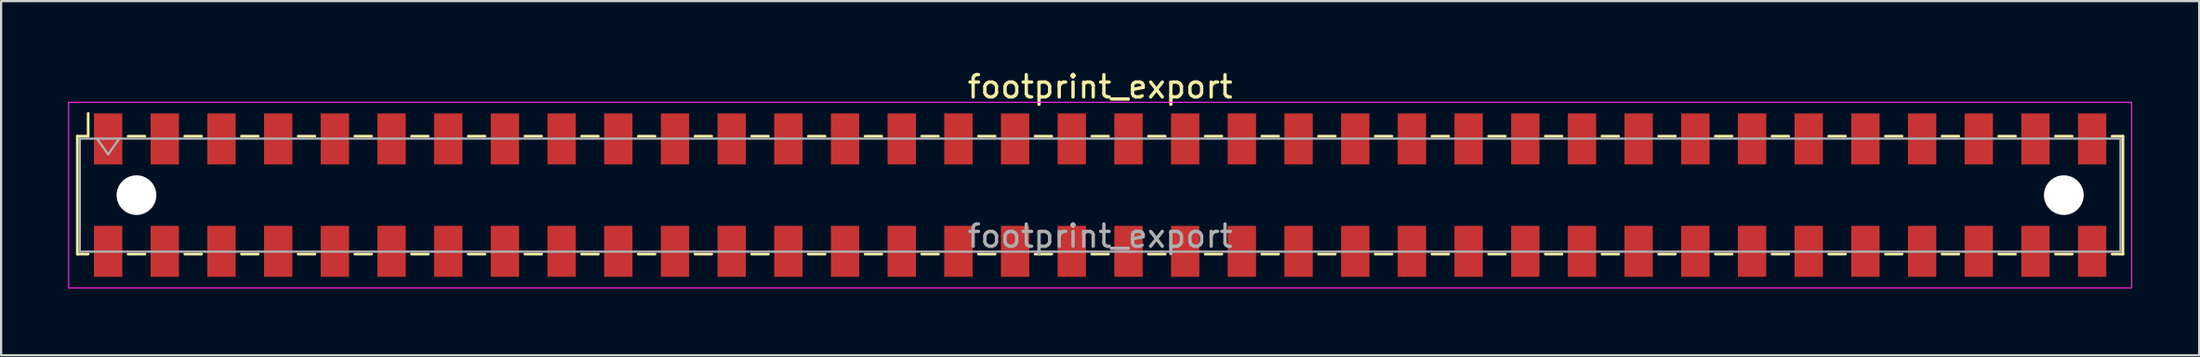
<source format=kicad_pcb>
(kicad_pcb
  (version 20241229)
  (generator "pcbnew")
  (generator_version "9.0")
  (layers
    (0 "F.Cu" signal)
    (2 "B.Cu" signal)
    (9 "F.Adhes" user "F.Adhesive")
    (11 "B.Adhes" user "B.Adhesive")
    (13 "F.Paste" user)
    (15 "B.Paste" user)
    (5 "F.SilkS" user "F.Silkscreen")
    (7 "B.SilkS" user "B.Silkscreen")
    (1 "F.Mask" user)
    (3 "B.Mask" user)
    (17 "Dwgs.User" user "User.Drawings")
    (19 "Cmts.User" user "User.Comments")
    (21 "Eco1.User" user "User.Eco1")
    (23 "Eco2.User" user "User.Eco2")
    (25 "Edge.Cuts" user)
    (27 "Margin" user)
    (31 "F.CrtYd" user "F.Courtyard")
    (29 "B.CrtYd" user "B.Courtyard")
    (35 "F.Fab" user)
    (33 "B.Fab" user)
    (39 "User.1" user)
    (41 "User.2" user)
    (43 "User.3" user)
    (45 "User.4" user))
  (footprint "footprint_export"
    (layer "F.Cu")
    (at 46.245 5.718)
    (property "Reference" "footprint_export" (at 0 -4.87 0) (layer "F.SilkS") (effects (font (size 1 1) (thickness 0.15))))
    (attr smd)
    (fp_line (start -45.83 -2.65) (end -45.83 2.65) (stroke (width 0.12) (type solid)) (layer "F.SilkS"))
    (fp_line (start -45.83 2.65) (end -45.345 2.65) (stroke (width 0.12) (type solid)) (layer "F.SilkS"))
    (fp_line (start -45.345 -3.67) (end -45.345 -2.65) (stroke (width 0.12) (type solid)) (layer "F.SilkS"))
    (fp_line (start -45.345 -2.65) (end -45.83 -2.65) (stroke (width 0.12) (type solid)) (layer "F.SilkS"))
    (fp_line (start -43.555 -2.65) (end -42.805 -2.65) (stroke (width 0.12) (type solid)) (layer "F.SilkS"))
    (fp_line (start -43.555 2.65) (end -42.805 2.65) (stroke (width 0.12) (type solid)) (layer "F.SilkS"))
    (fp_line (start -41.015 -2.65) (end -40.265 -2.65) (stroke (width 0.12) (type solid)) (layer "F.SilkS"))
    (fp_line (start -41.015 2.65) (end -40.265 2.65) (stroke (width 0.12) (type solid)) (layer "F.SilkS"))
    (fp_line (start -38.475 -2.65) (end -37.725 -2.65) (stroke (width 0.12) (type solid)) (layer "F.SilkS"))
    (fp_line (start -38.475 2.65) (end -37.725 2.65) (stroke (width 0.12) (type solid)) (layer "F.SilkS"))
    (fp_line (start -35.935 -2.65) (end -35.185 -2.65) (stroke (width 0.12) (type solid)) (layer "F.SilkS"))
    (fp_line (start -35.935 2.65) (end -35.185 2.65) (stroke (width 0.12) (type solid)) (layer "F.SilkS"))
    (fp_line (start -33.395 -2.65) (end -32.645 -2.65) (stroke (width 0.12) (type solid)) (layer "F.SilkS"))
    (fp_line (start -33.395 2.65) (end -32.645 2.65) (stroke (width 0.12) (type solid)) (layer "F.SilkS"))
    (fp_line (start -30.855 -2.65) (end -30.105 -2.65) (stroke (width 0.12) (type solid)) (layer "F.SilkS"))
    (fp_line (start -30.855 2.65) (end -30.105 2.65) (stroke (width 0.12) (type solid)) (layer "F.SilkS"))
    (fp_line (start -28.315 -2.65) (end -27.565 -2.65) (stroke (width 0.12) (type solid)) (layer "F.SilkS"))
    (fp_line (start -28.315 2.65) (end -27.565 2.65) (stroke (width 0.12) (type solid)) (layer "F.SilkS"))
    (fp_line (start -25.775 -2.65) (end -25.025 -2.65) (stroke (width 0.12) (type solid)) (layer "F.SilkS"))
    (fp_line (start -25.775 2.65) (end -25.025 2.65) (stroke (width 0.12) (type solid)) (layer "F.SilkS"))
    (fp_line (start -23.235 -2.65) (end -22.485 -2.65) (stroke (width 0.12) (type solid)) (layer "F.SilkS"))
    (fp_line (start -23.235 2.65) (end -22.485 2.65) (stroke (width 0.12) (type solid)) (layer "F.SilkS"))
    (fp_line (start -20.695 -2.65) (end -19.945 -2.65) (stroke (width 0.12) (type solid)) (layer "F.SilkS"))
    (fp_line (start -20.695 2.65) (end -19.945 2.65) (stroke (width 0.12) (type solid)) (layer "F.SilkS"))
    (fp_line (start -18.155 -2.65) (end -17.405 -2.65) (stroke (width 0.12) (type solid)) (layer "F.SilkS"))
    (fp_line (start -18.155 2.65) (end -17.405 2.65) (stroke (width 0.12) (type solid)) (layer "F.SilkS"))
    (fp_line (start -15.615 -2.65) (end -14.865 -2.65) (stroke (width 0.12) (type solid)) (layer "F.SilkS"))
    (fp_line (start -15.615 2.65) (end -14.865 2.65) (stroke (width 0.12) (type solid)) (layer "F.SilkS"))
    (fp_line (start -13.075 -2.65) (end -12.325 -2.65) (stroke (width 0.12) (type solid)) (layer "F.SilkS"))
    (fp_line (start -13.075 2.65) (end -12.325 2.65) (stroke (width 0.12) (type solid)) (layer "F.SilkS"))
    (fp_line (start -10.535 -2.65) (end -9.785 -2.65) (stroke (width 0.12) (type solid)) (layer "F.SilkS"))
    (fp_line (start -10.535 2.65) (end -9.785 2.65) (stroke (width 0.12) (type solid)) (layer "F.SilkS"))
    (fp_line (start -7.995 -2.65) (end -7.245 -2.65) (stroke (width 0.12) (type solid)) (layer "F.SilkS"))
    (fp_line (start -7.995 2.65) (end -7.245 2.65) (stroke (width 0.12) (type solid)) (layer "F.SilkS"))
    (fp_line (start -5.455 -2.65) (end -4.705 -2.65) (stroke (width 0.12) (type solid)) (layer "F.SilkS"))
    (fp_line (start -5.455 2.65) (end -4.705 2.65) (stroke (width 0.12) (type solid)) (layer "F.SilkS"))
    (fp_line (start -2.915 -2.65) (end -2.165 -2.65) (stroke (width 0.12) (type solid)) (layer "F.SilkS"))
    (fp_line (start -2.915 2.65) (end -2.165 2.65) (stroke (width 0.12) (type solid)) (layer "F.SilkS"))
    (fp_line (start -0.375 -2.65) (end 0.375 -2.65) (stroke (width 0.12) (type solid)) (layer "F.SilkS"))
    (fp_line (start -0.375 2.65) (end 0.375 2.65) (stroke (width 0.12) (type solid)) (layer "F.SilkS"))
    (fp_line (start 2.165 -2.65) (end 2.915 -2.65) (stroke (width 0.12) (type solid)) (layer "F.SilkS"))
    (fp_line (start 2.165 2.65) (end 2.915 2.65) (stroke (width 0.12) (type solid)) (layer "F.SilkS"))
    (fp_line (start 4.705 -2.65) (end 5.455 -2.65) (stroke (width 0.12) (type solid)) (layer "F.SilkS"))
    (fp_line (start 4.705 2.65) (end 5.455 2.65) (stroke (width 0.12) (type solid)) (layer "F.SilkS"))
    (fp_line (start 7.245 -2.65) (end 7.995 -2.65) (stroke (width 0.12) (type solid)) (layer "F.SilkS"))
    (fp_line (start 7.245 2.65) (end 7.995 2.65) (stroke (width 0.12) (type solid)) (layer "F.SilkS"))
    (fp_line (start 9.785 -2.65) (end 10.535 -2.65) (stroke (width 0.12) (type solid)) (layer "F.SilkS"))
    (fp_line (start 9.785 2.65) (end 10.535 2.65) (stroke (width 0.12) (type solid)) (layer "F.SilkS"))
    (fp_line (start 12.325 -2.65) (end 13.075 -2.65) (stroke (width 0.12) (type solid)) (layer "F.SilkS"))
    (fp_line (start 12.325 2.65) (end 13.075 2.65) (stroke (width 0.12) (type solid)) (layer "F.SilkS"))
    (fp_line (start 14.865 -2.65) (end 15.615 -2.65) (stroke (width 0.12) (type solid)) (layer "F.SilkS"))
    (fp_line (start 14.865 2.65) (end 15.615 2.65) (stroke (width 0.12) (type solid)) (layer "F.SilkS"))
    (fp_line (start 17.405 -2.65) (end 18.155 -2.65) (stroke (width 0.12) (type solid)) (layer "F.SilkS"))
    (fp_line (start 17.405 2.65) (end 18.155 2.65) (stroke (width 0.12) (type solid)) (layer "F.SilkS"))
    (fp_line (start 19.945 -2.65) (end 20.695 -2.65) (stroke (width 0.12) (type solid)) (layer "F.SilkS"))
    (fp_line (start 19.945 2.65) (end 20.695 2.65) (stroke (width 0.12) (type solid)) (layer "F.SilkS"))
    (fp_line (start 22.485 -2.65) (end 23.235 -2.65) (stroke (width 0.12) (type solid)) (layer "F.SilkS"))
    (fp_line (start 22.485 2.65) (end 23.235 2.65) (stroke (width 0.12) (type solid)) (layer "F.SilkS"))
    (fp_line (start 25.025 -2.65) (end 25.775 -2.65) (stroke (width 0.12) (type solid)) (layer "F.SilkS"))
    (fp_line (start 25.025 2.65) (end 25.775 2.65) (stroke (width 0.12) (type solid)) (layer "F.SilkS"))
    (fp_line (start 27.565 -2.65) (end 28.315 -2.65) (stroke (width 0.12) (type solid)) (layer "F.SilkS"))
    (fp_line (start 27.565 2.65) (end 28.315 2.65) (stroke (width 0.12) (type solid)) (layer "F.SilkS"))
    (fp_line (start 30.105 -2.65) (end 30.855 -2.65) (stroke (width 0.12) (type solid)) (layer "F.SilkS"))
    (fp_line (start 30.105 2.65) (end 30.855 2.65) (stroke (width 0.12) (type solid)) (layer "F.SilkS"))
    (fp_line (start 32.645 -2.65) (end 33.395 -2.65) (stroke (width 0.12) (type solid)) (layer "F.SilkS"))
    (fp_line (start 32.645 2.65) (end 33.395 2.65) (stroke (width 0.12) (type solid)) (layer "F.SilkS"))
    (fp_line (start 35.185 -2.65) (end 35.935 -2.65) (stroke (width 0.12) (type solid)) (layer "F.SilkS"))
    (fp_line (start 35.185 2.65) (end 35.935 2.65) (stroke (width 0.12) (type solid)) (layer "F.SilkS"))
    (fp_line (start 37.725 -2.65) (end 38.475 -2.65) (stroke (width 0.12) (type solid)) (layer "F.SilkS"))
    (fp_line (start 37.725 2.65) (end 38.475 2.65) (stroke (width 0.12) (type solid)) (layer "F.SilkS"))
    (fp_line (start 40.265 -2.65) (end 41.015 -2.65) (stroke (width 0.12) (type solid)) (layer "F.SilkS"))
    (fp_line (start 40.265 2.65) (end 41.015 2.65) (stroke (width 0.12) (type solid)) (layer "F.SilkS"))
    (fp_line (start 42.805 -2.65) (end 43.555 -2.65) (stroke (width 0.12) (type solid)) (layer "F.SilkS"))
    (fp_line (start 42.805 2.65) (end 43.555 2.65) (stroke (width 0.12) (type solid)) (layer "F.SilkS"))
    (fp_line (start 45.345 -2.65) (end 45.83 -2.65) (stroke (width 0.12) (type solid)) (layer "F.SilkS"))
    (fp_line (start 45.83 -2.65) (end 45.83 2.65) (stroke (width 0.12) (type solid)) (layer "F.SilkS"))
    (fp_line (start 45.83 2.65) (end 45.345 2.65) (stroke (width 0.12) (type solid)) (layer "F.SilkS"))
    (fp_line (start -46.22 -4.17) (end 46.22 -4.17) (stroke (width 0.05) (type solid)) (layer "F.CrtYd"))
    (fp_line (start -46.22 4.17) (end -46.22 -4.17) (stroke (width 0.05) (type solid)) (layer "F.CrtYd"))
    (fp_line (start 46.22 -4.17) (end 46.22 4.17) (stroke (width 0.05) (type solid)) (layer "F.CrtYd"))
    (fp_line (start 46.22 4.17) (end -46.22 4.17) (stroke (width 0.05) (type solid)) (layer "F.CrtYd"))
    (fp_line (start -45.72 -2.54) (end 45.72 -2.54) (stroke (width 0.1) (type solid)) (layer "F.Fab"))
    (fp_line (start -45.72 2.54) (end -45.72 -2.54) (stroke (width 0.1) (type solid)) (layer "F.Fab"))
    (fp_line (start -44.95 -2.54) (end -44.45 -1.833) (stroke (width 0.1) (type solid)) (layer "F.Fab"))
    (fp_line (start -44.45 -1.833) (end -43.95 -2.54) (stroke (width 0.1) (type solid)) (layer "F.Fab"))
    (fp_line (start 45.72 -2.54) (end 45.72 2.54) (stroke (width 0.1) (type solid)) (layer "F.Fab"))
    (fp_line (start 45.72 2.54) (end -45.72 2.54) (stroke (width 0.1) (type solid)) (layer "F.Fab"))
    (fp_text user "${REFERENCE}" (at 0 1.84 0) (layer "F.Fab") (effects (font (size 1 1) (thickness 0.15))))
    (pad "" np_thru_hole circle (at -43.18 0) (size 1.78 1.78) (drill 1.78) (layers "*.Cu" "*.Mask"))
    (pad "" np_thru_hole circle (at 43.18 0) (size 1.78 1.78) (drill 1.78) (layers "*.Cu" "*.Mask"))
    (pad "1" smd rect (at -44.45 -2.525) (size 1.27 2.29) (layers "F.Cu" "F.Mask" "F.Paste"))
    (pad "2" smd rect (at -44.45 2.525) (size 1.27 2.29) (layers "F.Cu" "F.Mask" "F.Paste"))
    (pad "3" smd rect (at -41.91 -2.525) (size 1.27 2.29) (layers "F.Cu" "F.Mask" "F.Paste"))
    (pad "4" smd rect (at -41.91 2.525) (size 1.27 2.29) (layers "F.Cu" "F.Mask" "F.Paste"))
    (pad "5" smd rect (at -39.37 -2.525) (size 1.27 2.29) (layers "F.Cu" "F.Mask" "F.Paste"))
    (pad "6" smd rect (at -39.37 2.525) (size 1.27 2.29) (layers "F.Cu" "F.Mask" "F.Paste"))
    (pad "7" smd rect (at -36.83 -2.525) (size 1.27 2.29) (layers "F.Cu" "F.Mask" "F.Paste"))
    (pad "8" smd rect (at -36.83 2.525) (size 1.27 2.29) (layers "F.Cu" "F.Mask" "F.Paste"))
    (pad "9" smd rect (at -34.29 -2.525) (size 1.27 2.29) (layers "F.Cu" "F.Mask" "F.Paste"))
    (pad "10" smd rect (at -34.29 2.525) (size 1.27 2.29) (layers "F.Cu" "F.Mask" "F.Paste"))
    (pad "11" smd rect (at -31.75 -2.525) (size 1.27 2.29) (layers "F.Cu" "F.Mask" "F.Paste"))
    (pad "12" smd rect (at -31.75 2.525) (size 1.27 2.29) (layers "F.Cu" "F.Mask" "F.Paste"))
    (pad "13" smd rect (at -29.21 -2.525) (size 1.27 2.29) (layers "F.Cu" "F.Mask" "F.Paste"))
    (pad "14" smd rect (at -29.21 2.525) (size 1.27 2.29) (layers "F.Cu" "F.Mask" "F.Paste"))
    (pad "15" smd rect (at -26.67 -2.525) (size 1.27 2.29) (layers "F.Cu" "F.Mask" "F.Paste"))
    (pad "16" smd rect (at -26.67 2.525) (size 1.27 2.29) (layers "F.Cu" "F.Mask" "F.Paste"))
    (pad "17" smd rect (at -24.13 -2.525) (size 1.27 2.29) (layers "F.Cu" "F.Mask" "F.Paste"))
    (pad "18" smd rect (at -24.13 2.525) (size 1.27 2.29) (layers "F.Cu" "F.Mask" "F.Paste"))
    (pad "19" smd rect (at -21.59 -2.525) (size 1.27 2.29) (layers "F.Cu" "F.Mask" "F.Paste"))
    (pad "20" smd rect (at -21.59 2.525) (size 1.27 2.29) (layers "F.Cu" "F.Mask" "F.Paste"))
    (pad "21" smd rect (at -19.05 -2.525) (size 1.27 2.29) (layers "F.Cu" "F.Mask" "F.Paste"))
    (pad "22" smd rect (at -19.05 2.525) (size 1.27 2.29) (layers "F.Cu" "F.Mask" "F.Paste"))
    (pad "23" smd rect (at -16.51 -2.525) (size 1.27 2.29) (layers "F.Cu" "F.Mask" "F.Paste"))
    (pad "24" smd rect (at -16.51 2.525) (size 1.27 2.29) (layers "F.Cu" "F.Mask" "F.Paste"))
    (pad "25" smd rect (at -13.97 -2.525) (size 1.27 2.29) (layers "F.Cu" "F.Mask" "F.Paste"))
    (pad "26" smd rect (at -13.97 2.525) (size 1.27 2.29) (layers "F.Cu" "F.Mask" "F.Paste"))
    (pad "27" smd rect (at -11.43 -2.525) (size 1.27 2.29) (layers "F.Cu" "F.Mask" "F.Paste"))
    (pad "28" smd rect (at -11.43 2.525) (size 1.27 2.29) (layers "F.Cu" "F.Mask" "F.Paste"))
    (pad "29" smd rect (at -8.89 -2.525) (size 1.27 2.29) (layers "F.Cu" "F.Mask" "F.Paste"))
    (pad "30" smd rect (at -8.89 2.525) (size 1.27 2.29) (layers "F.Cu" "F.Mask" "F.Paste"))
    (pad "31" smd rect (at -6.35 -2.525) (size 1.27 2.29) (layers "F.Cu" "F.Mask" "F.Paste"))
    (pad "32" smd rect (at -6.35 2.525) (size 1.27 2.29) (layers "F.Cu" "F.Mask" "F.Paste"))
    (pad "33" smd rect (at -3.81 -2.525) (size 1.27 2.29) (layers "F.Cu" "F.Mask" "F.Paste"))
    (pad "34" smd rect (at -3.81 2.525) (size 1.27 2.29) (layers "F.Cu" "F.Mask" "F.Paste"))
    (pad "35" smd rect (at -1.27 -2.525) (size 1.27 2.29) (layers "F.Cu" "F.Mask" "F.Paste"))
    (pad "36" smd rect (at -1.27 2.525) (size 1.27 2.29) (layers "F.Cu" "F.Mask" "F.Paste"))
    (pad "37" smd rect (at 1.27 -2.525) (size 1.27 2.29) (layers "F.Cu" "F.Mask" "F.Paste"))
    (pad "38" smd rect (at 1.27 2.525) (size 1.27 2.29) (layers "F.Cu" "F.Mask" "F.Paste"))
    (pad "39" smd rect (at 3.81 -2.525) (size 1.27 2.29) (layers "F.Cu" "F.Mask" "F.Paste"))
    (pad "40" smd rect (at 3.81 2.525) (size 1.27 2.29) (layers "F.Cu" "F.Mask" "F.Paste"))
    (pad "41" smd rect (at 6.35 -2.525) (size 1.27 2.29) (layers "F.Cu" "F.Mask" "F.Paste"))
    (pad "42" smd rect (at 6.35 2.525) (size 1.27 2.29) (layers "F.Cu" "F.Mask" "F.Paste"))
    (pad "43" smd rect (at 8.89 -2.525) (size 1.27 2.29) (layers "F.Cu" "F.Mask" "F.Paste"))
    (pad "44" smd rect (at 8.89 2.525) (size 1.27 2.29) (layers "F.Cu" "F.Mask" "F.Paste"))
    (pad "45" smd rect (at 11.43 -2.525) (size 1.27 2.29) (layers "F.Cu" "F.Mask" "F.Paste"))
    (pad "46" smd rect (at 11.43 2.525) (size 1.27 2.29) (layers "F.Cu" "F.Mask" "F.Paste"))
    (pad "47" smd rect (at 13.97 -2.525) (size 1.27 2.29) (layers "F.Cu" "F.Mask" "F.Paste"))
    (pad "48" smd rect (at 13.97 2.525) (size 1.27 2.29) (layers "F.Cu" "F.Mask" "F.Paste"))
    (pad "49" smd rect (at 16.51 -2.525) (size 1.27 2.29) (layers "F.Cu" "F.Mask" "F.Paste"))
    (pad "50" smd rect (at 16.51 2.525) (size 1.27 2.29) (layers "F.Cu" "F.Mask" "F.Paste"))
    (pad "51" smd rect (at 19.05 -2.525) (size 1.27 2.29) (layers "F.Cu" "F.Mask" "F.Paste"))
    (pad "52" smd rect (at 19.05 2.525) (size 1.27 2.29) (layers "F.Cu" "F.Mask" "F.Paste"))
    (pad "53" smd rect (at 21.59 -2.525) (size 1.27 2.29) (layers "F.Cu" "F.Mask" "F.Paste"))
    (pad "54" smd rect (at 21.59 2.525) (size 1.27 2.29) (layers "F.Cu" "F.Mask" "F.Paste"))
    (pad "55" smd rect (at 24.13 -2.525) (size 1.27 2.29) (layers "F.Cu" "F.Mask" "F.Paste"))
    (pad "56" smd rect (at 24.13 2.525) (size 1.27 2.29) (layers "F.Cu" "F.Mask" "F.Paste"))
    (pad "57" smd rect (at 26.67 -2.525) (size 1.27 2.29) (layers "F.Cu" "F.Mask" "F.Paste"))
    (pad "58" smd rect (at 26.67 2.525) (size 1.27 2.29) (layers "F.Cu" "F.Mask" "F.Paste"))
    (pad "59" smd rect (at 29.21 -2.525) (size 1.27 2.29) (layers "F.Cu" "F.Mask" "F.Paste"))
    (pad "60" smd rect (at 29.21 2.525) (size 1.27 2.29) (layers "F.Cu" "F.Mask" "F.Paste"))
    (pad "61" smd rect (at 31.75 -2.525) (size 1.27 2.29) (layers "F.Cu" "F.Mask" "F.Paste"))
    (pad "62" smd rect (at 31.75 2.525) (size 1.27 2.29) (layers "F.Cu" "F.Mask" "F.Paste"))
    (pad "63" smd rect (at 34.29 -2.525) (size 1.27 2.29) (layers "F.Cu" "F.Mask" "F.Paste"))
    (pad "64" smd rect (at 34.29 2.525) (size 1.27 2.29) (layers "F.Cu" "F.Mask" "F.Paste"))
    (pad "65" smd rect (at 36.83 -2.525) (size 1.27 2.29) (layers "F.Cu" "F.Mask" "F.Paste"))
    (pad "66" smd rect (at 36.83 2.525) (size 1.27 2.29) (layers "F.Cu" "F.Mask" "F.Paste"))
    (pad "67" smd rect (at 39.37 -2.525) (size 1.27 2.29) (layers "F.Cu" "F.Mask" "F.Paste"))
    (pad "68" smd rect (at 39.37 2.525) (size 1.27 2.29) (layers "F.Cu" "F.Mask" "F.Paste"))
    (pad "69" smd rect (at 41.91 -2.525) (size 1.27 2.29) (layers "F.Cu" "F.Mask" "F.Paste"))
    (pad "70" smd rect (at 41.91 2.525) (size 1.27 2.29) (layers "F.Cu" "F.Mask" "F.Paste"))
    (pad "71" smd rect (at 44.45 -2.525) (size 1.27 2.29) (layers "F.Cu" "F.Mask" "F.Paste"))
    (pad "72" smd rect (at 44.45 2.525) (size 1.27 2.29) (layers "F.Cu" "F.Mask" "F.Paste")))
  (gr_rect
    (start -3 -3)
    (end 95.49 12.913)
    (stroke (width 0.1) (type default))
    (fill no)
    (layer "Edge.Cuts")))
</source>
